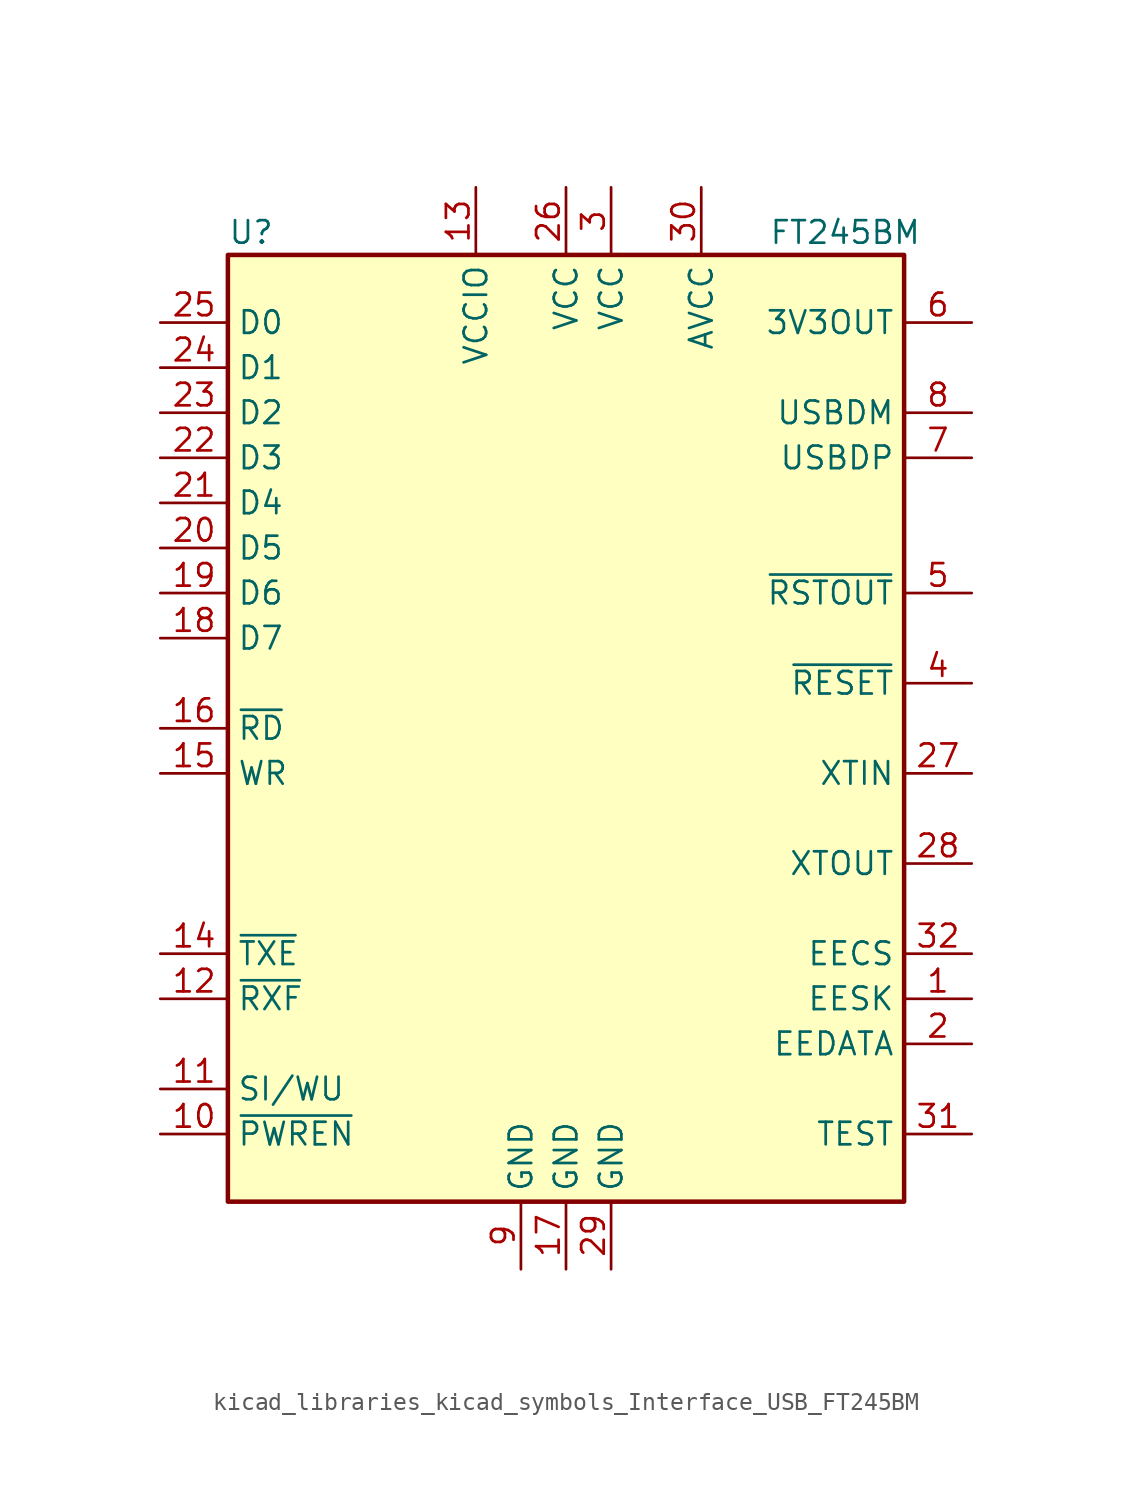
<source format=kicad_sym>
(kicad_symbol_lib
  (version 20220914)
  (generator kicad_symbol_editor)
  (symbol "kicad_libraries_kicad_symbols_Interface_USB_FT245BM"
    (property "Reference" "U"
      (at -19.05 27.94 0)
      (effects (font (size 1.27 1.27)) (justify left)))
    (property "Value" "FT245BM"
      (at 11.43 27.94 0)
      (effects (font (size 1.27 1.27)) (justify left)))
    (symbol "kicad_libraries_kicad_symbols_Interface_USB_FT245BM_0_1"
      (rectangle (start -19.05 26.67) (end 19.05 -26.67) (stroke (width 0.254) (type default)) (fill (type background))))
    (symbol "kicad_libraries_kicad_symbols_Interface_USB_FT245BM_1_1"
      (pin output line (at 22.86 -15.24 180) (length 3.81) (name "EESK" (effects (font (size 1.27 1.27)))) (number "1" (effects (font (size 1.27 1.27)))))
      (pin output line (at -22.86 -22.86 0) (length 3.81) (name "~{PWREN}" (effects (font (size 1.27 1.27)))) (number "10" (effects (font (size 1.27 1.27)))))
      (pin input line (at -22.86 -20.32 0) (length 3.81) (name "SI/WU" (effects (font (size 1.27 1.27)))) (number "11" (effects (font (size 1.27 1.27)))))
      (pin output line (at -22.86 -15.24 0) (length 3.81) (name "~{RXF}" (effects (font (size 1.27 1.27)))) (number "12" (effects (font (size 1.27 1.27)))))
      (pin power_in line (at -5.08 30.48 270) (length 3.81) (name "VCCIO" (effects (font (size 1.27 1.27)))) (number "13" (effects (font (size 1.27 1.27)))))
      (pin output line (at -22.86 -12.7 0) (length 3.81) (name "~{TXE}" (effects (font (size 1.27 1.27)))) (number "14" (effects (font (size 1.27 1.27)))))
      (pin input line (at -22.86 -2.54 0) (length 3.81) (name "WR" (effects (font (size 1.27 1.27)))) (number "15" (effects (font (size 1.27 1.27)))))
      (pin input line (at -22.86 0 0) (length 3.81) (name "~{RD}" (effects (font (size 1.27 1.27)))) (number "16" (effects (font (size 1.27 1.27)))))
      (pin power_in line (at 0 -30.48 90) (length 3.81) (name "GND" (effects (font (size 1.27 1.27)))) (number "17" (effects (font (size 1.27 1.27)))))
      (pin bidirectional line (at -22.86 5.08 0) (length 3.81) (name "D7" (effects (font (size 1.27 1.27)))) (number "18" (effects (font (size 1.27 1.27)))))
      (pin bidirectional line (at -22.86 7.62 0) (length 3.81) (name "D6" (effects (font (size 1.27 1.27)))) (number "19" (effects (font (size 1.27 1.27)))))
      (pin bidirectional line (at 22.86 -17.78 180) (length 3.81) (name "EEDATA" (effects (font (size 1.27 1.27)))) (number "2" (effects (font (size 1.27 1.27)))))
      (pin bidirectional line (at -22.86 10.16 0) (length 3.81) (name "D5" (effects (font (size 1.27 1.27)))) (number "20" (effects (font (size 1.27 1.27)))))
      (pin bidirectional line (at -22.86 12.7 0) (length 3.81) (name "D4" (effects (font (size 1.27 1.27)))) (number "21" (effects (font (size 1.27 1.27)))))
      (pin bidirectional line (at -22.86 15.24 0) (length 3.81) (name "D3" (effects (font (size 1.27 1.27)))) (number "22" (effects (font (size 1.27 1.27)))))
      (pin bidirectional line (at -22.86 17.78 0) (length 3.81) (name "D2" (effects (font (size 1.27 1.27)))) (number "23" (effects (font (size 1.27 1.27)))))
      (pin bidirectional line (at -22.86 20.32 0) (length 3.81) (name "D1" (effects (font (size 1.27 1.27)))) (number "24" (effects (font (size 1.27 1.27)))))
      (pin bidirectional line (at -22.86 22.86 0) (length 3.81) (name "D0" (effects (font (size 1.27 1.27)))) (number "25" (effects (font (size 1.27 1.27)))))
      (pin power_in line (at 0 30.48 270) (length 3.81) (name "VCC" (effects (font (size 1.27 1.27)))) (number "26" (effects (font (size 1.27 1.27)))))
      (pin input line (at 22.86 -2.54 180) (length 3.81) (name "XTIN" (effects (font (size 1.27 1.27)))) (number "27" (effects (font (size 1.27 1.27)))))
      (pin output line (at 22.86 -7.62 180) (length 3.81) (name "XTOUT" (effects (font (size 1.27 1.27)))) (number "28" (effects (font (size 1.27 1.27)))))
      (pin power_in line (at 2.54 -30.48 90) (length 3.81) (name "GND" (effects (font (size 1.27 1.27)))) (number "29" (effects (font (size 1.27 1.27)))))
      (pin power_in line (at 2.54 30.48 270) (length 3.81) (name "VCC" (effects (font (size 1.27 1.27)))) (number "3" (effects (font (size 1.27 1.27)))))
      (pin power_in line (at 7.62 30.48 270) (length 3.81) (name "AVCC" (effects (font (size 1.27 1.27)))) (number "30" (effects (font (size 1.27 1.27)))))
      (pin input line (at 22.86 -22.86 180) (length 3.81) (name "TEST" (effects (font (size 1.27 1.27)))) (number "31" (effects (font (size 1.27 1.27)))))
      (pin bidirectional line (at 22.86 -12.7 180) (length 3.81) (name "EECS" (effects (font (size 1.27 1.27)))) (number "32" (effects (font (size 1.27 1.27)))))
      (pin input line (at 22.86 2.54 180) (length 3.81) (name "~{RESET}" (effects (font (size 1.27 1.27)))) (number "4" (effects (font (size 1.27 1.27)))))
      (pin output line (at 22.86 7.62 180) (length 3.81) (name "~{RSTOUT}" (effects (font (size 1.27 1.27)))) (number "5" (effects (font (size 1.27 1.27)))))
      (pin power_out line (at 22.86 22.86 180) (length 3.81) (name "3V3OUT" (effects (font (size 1.27 1.27)))) (number "6" (effects (font (size 1.27 1.27)))))
      (pin bidirectional line (at 22.86 15.24 180) (length 3.81) (name "USBDP" (effects (font (size 1.27 1.27)))) (number "7" (effects (font (size 1.27 1.27)))))
      (pin bidirectional line (at 22.86 17.78 180) (length 3.81) (name "USBDM" (effects (font (size 1.27 1.27)))) (number "8" (effects (font (size 1.27 1.27)))))
      (pin power_in line (at -2.54 -30.48 90) (length 3.81) (name "GND" (effects (font (size 1.27 1.27)))) (number "9" (effects (font (size 1.27 1.27))))))))
</source>
